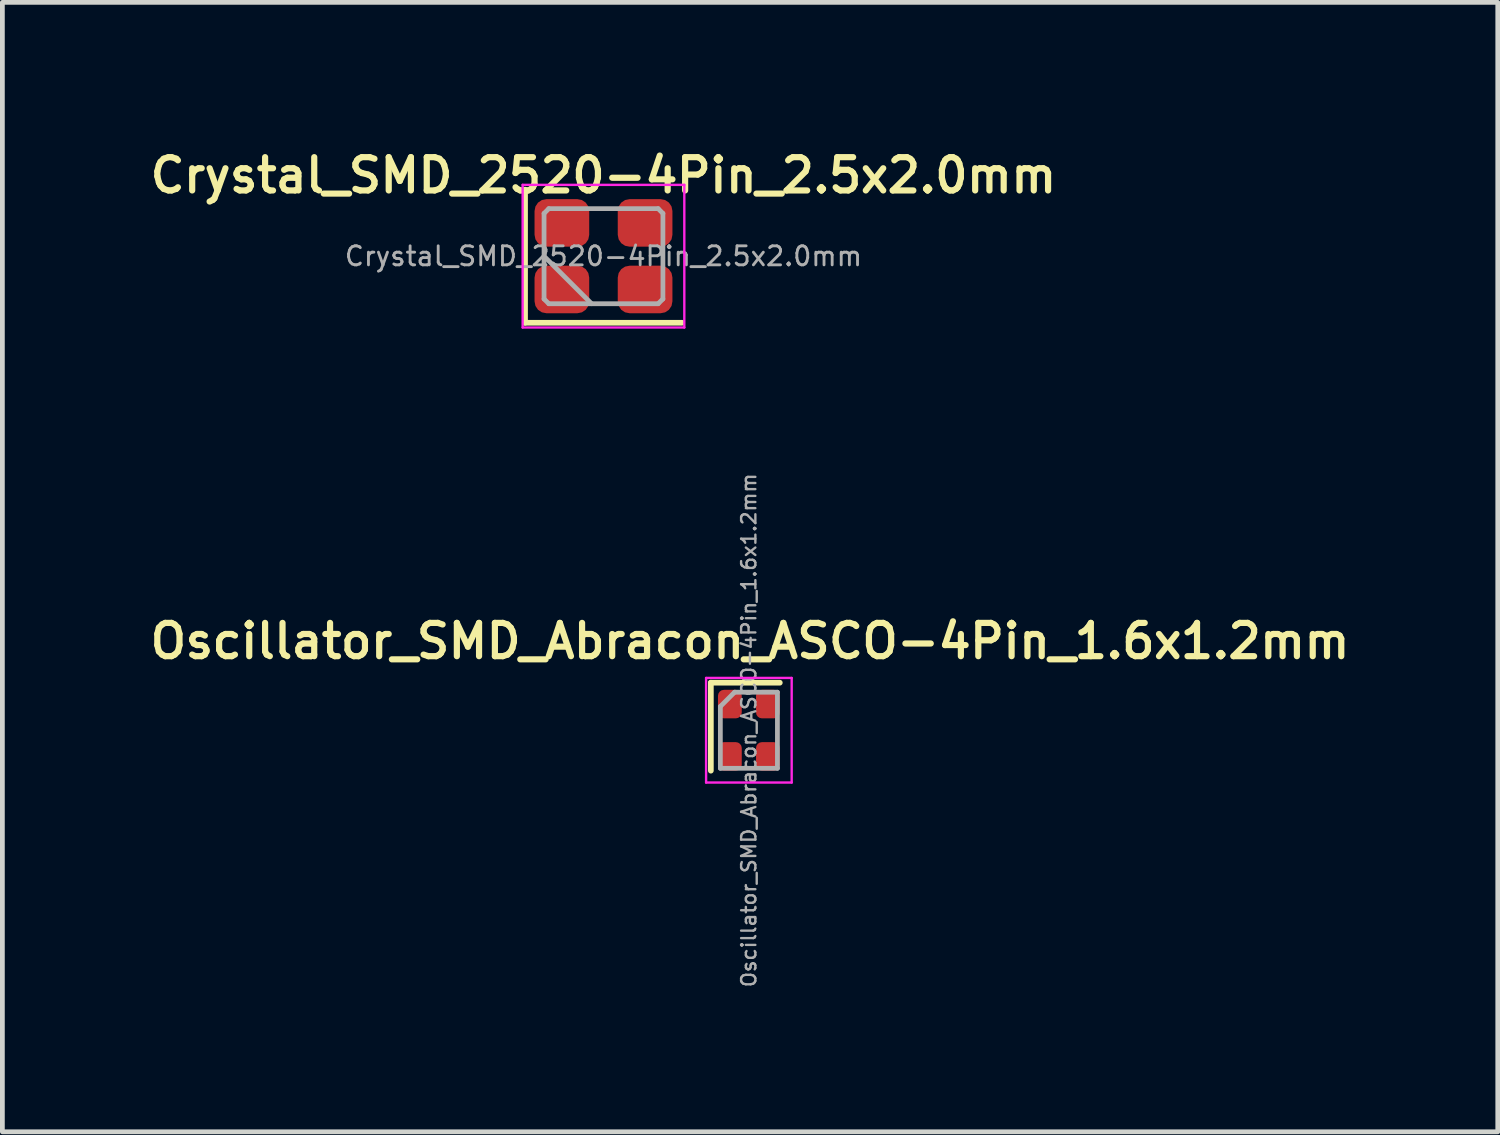
<source format=kicad_pcb>
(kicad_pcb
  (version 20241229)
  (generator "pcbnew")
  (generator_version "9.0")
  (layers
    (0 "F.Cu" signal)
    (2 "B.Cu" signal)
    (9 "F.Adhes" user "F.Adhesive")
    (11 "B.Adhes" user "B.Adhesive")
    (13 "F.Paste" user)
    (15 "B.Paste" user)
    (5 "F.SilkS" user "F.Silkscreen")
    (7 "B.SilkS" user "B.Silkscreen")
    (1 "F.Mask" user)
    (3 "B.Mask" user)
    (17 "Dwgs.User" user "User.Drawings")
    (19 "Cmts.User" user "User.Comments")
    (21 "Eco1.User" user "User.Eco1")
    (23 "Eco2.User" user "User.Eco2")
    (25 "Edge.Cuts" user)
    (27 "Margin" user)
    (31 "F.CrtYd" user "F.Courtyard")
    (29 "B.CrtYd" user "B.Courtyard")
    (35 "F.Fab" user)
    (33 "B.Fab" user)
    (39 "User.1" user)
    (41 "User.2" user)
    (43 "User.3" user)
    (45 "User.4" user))
  (footprint "Oscillator_SMD_Abracon_ASCO-4Pin_1.6x1.2mm"
    (layer "F.Cu")
    (at 12.7 12.308)
    (property "Reference" "Oscillator_SMD_Abracon_ASCO-4Pin_1.6x1.2mm" (at 0.025 -1.875 0) (layer "F.SilkS") (effects (font (size 0.7 0.7) (thickness 0.13))))
    (attr smd)
    (fp_line (start -0.8 -1) (end -0.8 0.85) (stroke (width 0.12) (type solid)) (layer "F.SilkS"))
    (fp_line (start 0.65 -1) (end -0.8 -1) (stroke (width 0.12) (type solid)) (layer "F.SilkS"))
    (fp_line (start -0.9 -1.1) (end -0.9 1.1) (stroke (width 0.05) (type solid)) (layer "F.CrtYd"))
    (fp_line (start -0.9 1.1) (end 0.9 1.1) (stroke (width 0.05) (type solid)) (layer "F.CrtYd"))
    (fp_line (start 0.9 -1.1) (end -0.9 -1.1) (stroke (width 0.05) (type solid)) (layer "F.CrtYd"))
    (fp_line (start 0.9 1.1) (end 0.9 -1.1) (stroke (width 0.05) (type solid)) (layer "F.CrtYd"))
    (fp_line (start -0.6 0.8) (end -0.6 -0.5) (stroke (width 0.1) (type solid)) (layer "F.Fab"))
    (fp_line (start -0.3 -0.8) (end -0.6 -0.5) (stroke (width 0.1) (type solid)) (layer "F.Fab"))
    (fp_line (start -0.3 -0.8) (end 0.6 -0.8) (stroke (width 0.1) (type solid)) (layer "F.Fab"))
    (fp_line (start 0.6 -0.8) (end 0.6 0.8) (stroke (width 0.1) (type solid)) (layer "F.Fab"))
    (fp_line (start 0.6 0.8) (end -0.6 0.8) (stroke (width 0.1) (type solid)) (layer "F.Fab"))
    (fp_text user "${REFERENCE}" (at 0 0 270) (layer "F.Fab") (effects (font (size 0.3 0.3) (thickness 0.05))))
    (pad "1" smd roundrect (at -0.4 -0.55) (size 0.5 0.6) (layers "F.Cu" "F.Mask" "F.Paste") (roundrect_rratio 0.25))
    (pad "2" smd roundrect (at -0.4 0.55) (size 0.5 0.6) (layers "F.Cu" "F.Mask" "F.Paste") (roundrect_rratio 0.25))
    (pad "3" smd roundrect (at 0.4 0.55) (size 0.5 0.6) (layers "F.Cu" "F.Mask" "F.Paste") (roundrect_rratio 0.25))
    (pad "4" smd roundrect (at 0.4 -0.55) (size 0.5 0.6) (layers "F.Cu" "F.Mask" "F.Paste") (roundrect_rratio 0.25)))
  (footprint "Crystal_SMD_2520-4Pin_2.5x2.0mm"
    (layer "F.Cu")
    (at 9.642 2.338)
    (property "Reference" "Crystal_SMD_2520-4Pin_2.5x2.0mm" (at 0 -1.7 0) (layer "F.SilkS") (effects (font (size 0.7 0.7) (thickness 0.13))))
    (attr smd)
    (fp_line (start -1.65 -1.4) (end -1.65 1.4) (stroke (width 0.12) (type solid)) (layer "F.SilkS"))
    (fp_line (start -1.65 1.4) (end 1.65 1.4) (stroke (width 0.12) (type solid)) (layer "F.SilkS"))
    (fp_line (start -1.7 -1.5) (end -1.7 1.5) (stroke (width 0.05) (type solid)) (layer "F.CrtYd"))
    (fp_line (start -1.7 1.5) (end 1.7 1.5) (stroke (width 0.05) (type solid)) (layer "F.CrtYd"))
    (fp_line (start 1.7 -1.5) (end -1.7 -1.5) (stroke (width 0.05) (type solid)) (layer "F.CrtYd"))
    (fp_line (start 1.7 1.5) (end 1.7 -1.5) (stroke (width 0.05) (type solid)) (layer "F.CrtYd"))
    (fp_line (start -1.25 -0.9) (end -1.15 -1) (stroke (width 0.1) (type solid)) (layer "F.Fab"))
    (fp_line (start -1.25 0) (end -0.25 1) (stroke (width 0.1) (type solid)) (layer "F.Fab"))
    (fp_line (start -1.25 0.9) (end -1.25 -0.9) (stroke (width 0.1) (type solid)) (layer "F.Fab"))
    (fp_line (start -1.15 -1) (end 1.15 -1) (stroke (width 0.1) (type solid)) (layer "F.Fab"))
    (fp_line (start -1.15 1) (end -1.25 0.9) (stroke (width 0.1) (type solid)) (layer "F.Fab"))
    (fp_line (start 1.15 -1) (end 1.25 -0.9) (stroke (width 0.1) (type solid)) (layer "F.Fab"))
    (fp_line (start 1.15 1) (end -1.15 1) (stroke (width 0.1) (type solid)) (layer "F.Fab"))
    (fp_line (start 1.25 -0.9) (end 1.25 0.9) (stroke (width 0.1) (type solid)) (layer "F.Fab"))
    (fp_line (start 1.25 0.9) (end 1.15 1) (stroke (width 0.1) (type solid)) (layer "F.Fab"))
    (fp_text user "${REFERENCE}" (at 0 0 0) (layer "F.Fab") (effects (font (size 0.4 0.4) (thickness 0.06))))
    (pad "1" smd roundrect (at -0.875 0.7) (size 1.15 1) (layers "F.Cu" "F.Mask" "F.Paste") (roundrect_rratio 0.25))
    (pad "2" smd roundrect (at 0.875 0.7) (size 1.15 1) (layers "F.Cu" "F.Mask" "F.Paste") (roundrect_rratio 0.25))
    (pad "3" smd roundrect (at 0.875 -0.7) (size 1.15 1) (layers "F.Cu" "F.Mask" "F.Paste") (roundrect_rratio 0.25))
    (pad "4" smd roundrect (at -0.875 -0.7) (size 1.15 1) (layers "F.Cu" "F.Mask" "F.Paste") (roundrect_rratio 0.25)))
  (gr_rect
    (start -3 -3)
    (end 28.45 20.753)
    (stroke (width 0.1) (type default))
    (fill no)
    (layer "Edge.Cuts")))
</source>
